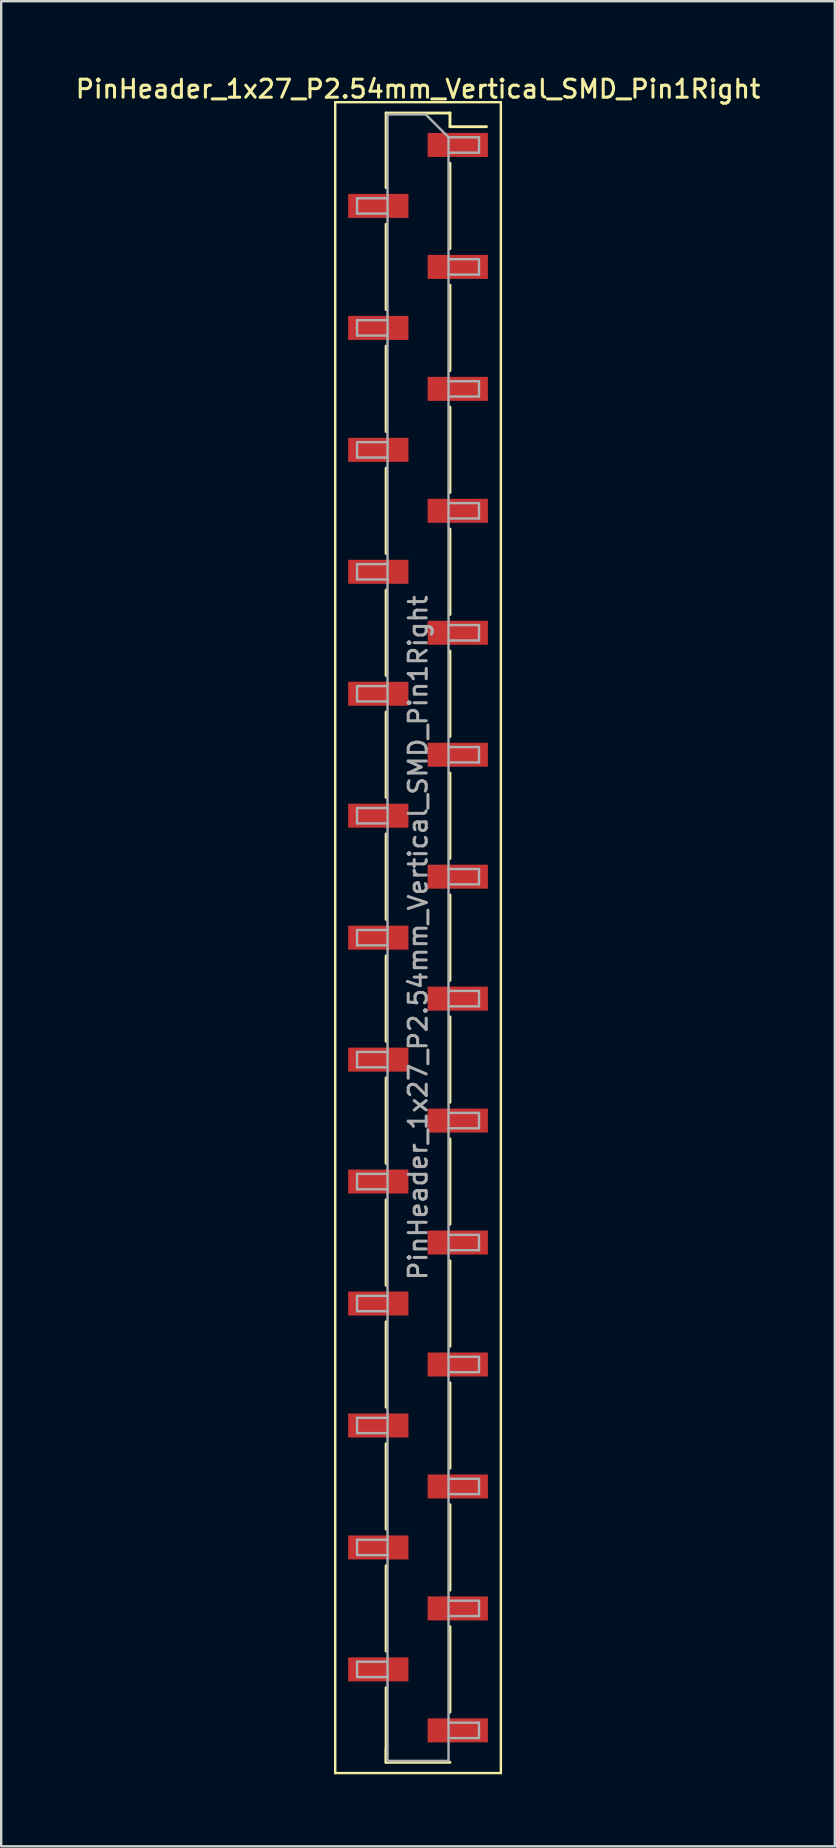
<source format=kicad_pcb>
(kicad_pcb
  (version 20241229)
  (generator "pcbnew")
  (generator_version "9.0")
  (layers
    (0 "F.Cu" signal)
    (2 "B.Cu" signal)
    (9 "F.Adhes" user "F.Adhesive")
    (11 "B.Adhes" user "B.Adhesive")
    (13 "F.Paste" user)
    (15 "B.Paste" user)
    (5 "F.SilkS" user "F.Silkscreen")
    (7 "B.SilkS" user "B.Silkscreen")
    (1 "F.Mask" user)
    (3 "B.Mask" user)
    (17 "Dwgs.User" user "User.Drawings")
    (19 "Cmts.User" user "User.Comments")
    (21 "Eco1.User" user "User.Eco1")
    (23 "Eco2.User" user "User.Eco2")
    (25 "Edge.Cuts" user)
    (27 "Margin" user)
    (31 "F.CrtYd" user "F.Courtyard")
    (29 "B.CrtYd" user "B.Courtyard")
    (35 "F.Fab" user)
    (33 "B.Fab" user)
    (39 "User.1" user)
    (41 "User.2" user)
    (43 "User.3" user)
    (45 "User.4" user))
  (footprint "PinHeader_1x27_P2.54mm_Vertical_SMD_Pin1Right"
    (layer "F.Cu")
    (at 14.363 36.008)
    (property "Reference" "PinHeader_1x27_P2.54mm_Vertical_SMD_Pin1Right" (at 0 -35.35 0) (layer "F.SilkS") (effects (font (size 0.75 0.75) (thickness 0.125))))
    (attr smd)
    (fp_line (start -3.45 -34.8) (end -3.45 34.8) (stroke (width 0.1) (type solid)) (layer "F.SilkS"))
    (fp_line (start -3.45 34.8) (end 3.45 34.8) (stroke (width 0.1) (type solid)) (layer "F.SilkS"))
    (fp_line (start -1.33 -34.35) (end -1.33 -31.24) (stroke (width 0.12) (type solid)) (layer "F.SilkS"))
    (fp_line (start -1.33 -34.35) (end 1.33 -34.35) (stroke (width 0.12) (type solid)) (layer "F.SilkS"))
    (fp_line (start -1.33 -29.72) (end -1.33 -26.16) (stroke (width 0.12) (type solid)) (layer "F.SilkS"))
    (fp_line (start -1.33 -24.64) (end -1.33 -21.08) (stroke (width 0.12) (type solid)) (layer "F.SilkS"))
    (fp_line (start -1.33 -19.56) (end -1.33 -16) (stroke (width 0.12) (type solid)) (layer "F.SilkS"))
    (fp_line (start -1.33 -14.48) (end -1.33 -10.92) (stroke (width 0.12) (type solid)) (layer "F.SilkS"))
    (fp_line (start -1.33 -9.4) (end -1.33 -5.84) (stroke (width 0.12) (type solid)) (layer "F.SilkS"))
    (fp_line (start -1.33 -4.32) (end -1.33 -0.76) (stroke (width 0.12) (type solid)) (layer "F.SilkS"))
    (fp_line (start -1.33 0.76) (end -1.33 4.32) (stroke (width 0.12) (type solid)) (layer "F.SilkS"))
    (fp_line (start -1.33 5.84) (end -1.33 9.4) (stroke (width 0.12) (type solid)) (layer "F.SilkS"))
    (fp_line (start -1.33 10.92) (end -1.33 14.48) (stroke (width 0.12) (type solid)) (layer "F.SilkS"))
    (fp_line (start -1.33 16) (end -1.33 19.56) (stroke (width 0.12) (type solid)) (layer "F.SilkS"))
    (fp_line (start -1.33 21.08) (end -1.33 24.64) (stroke (width 0.12) (type solid)) (layer "F.SilkS"))
    (fp_line (start -1.33 26.16) (end -1.33 29.72) (stroke (width 0.12) (type solid)) (layer "F.SilkS"))
    (fp_line (start -1.33 31.24) (end -1.33 34.35) (stroke (width 0.12) (type solid)) (layer "F.SilkS"))
    (fp_line (start -1.33 33.78) (end -1.33 34.35) (stroke (width 0.12) (type solid)) (layer "F.SilkS"))
    (fp_line (start -1.33 34.35) (end 1.33 34.35) (stroke (width 0.12) (type solid)) (layer "F.SilkS"))
    (fp_line (start 1.33 -34.35) (end 1.33 -33.78) (stroke (width 0.12) (type solid)) (layer "F.SilkS"))
    (fp_line (start 1.33 -33.78) (end 2.85 -33.78) (stroke (width 0.12) (type solid)) (layer "F.SilkS"))
    (fp_line (start 1.33 -32.26) (end 1.33 -28.7) (stroke (width 0.12) (type solid)) (layer "F.SilkS"))
    (fp_line (start 1.33 -27.18) (end 1.33 -23.62) (stroke (width 0.12) (type solid)) (layer "F.SilkS"))
    (fp_line (start 1.33 -22.1) (end 1.33 -18.54) (stroke (width 0.12) (type solid)) (layer "F.SilkS"))
    (fp_line (start 1.33 -17.02) (end 1.33 -13.46) (stroke (width 0.12) (type solid)) (layer "F.SilkS"))
    (fp_line (start 1.33 -11.94) (end 1.33 -8.38) (stroke (width 0.12) (type solid)) (layer "F.SilkS"))
    (fp_line (start 1.33 -6.86) (end 1.33 -3.3) (stroke (width 0.12) (type solid)) (layer "F.SilkS"))
    (fp_line (start 1.33 -1.78) (end 1.33 1.78) (stroke (width 0.12) (type solid)) (layer "F.SilkS"))
    (fp_line (start 1.33 3.3) (end 1.33 6.86) (stroke (width 0.12) (type solid)) (layer "F.SilkS"))
    (fp_line (start 1.33 8.38) (end 1.33 11.94) (stroke (width 0.12) (type solid)) (layer "F.SilkS"))
    (fp_line (start 1.33 13.46) (end 1.33 17.02) (stroke (width 0.12) (type solid)) (layer "F.SilkS"))
    (fp_line (start 1.33 18.54) (end 1.33 22.1) (stroke (width 0.12) (type solid)) (layer "F.SilkS"))
    (fp_line (start 1.33 23.62) (end 1.33 27.18) (stroke (width 0.12) (type solid)) (layer "F.SilkS"))
    (fp_line (start 1.33 28.7) (end 1.33 32.26) (stroke (width 0.12) (type solid)) (layer "F.SilkS"))
    (fp_line (start 3.45 -34.8) (end -3.45 -34.8) (stroke (width 0.1) (type solid)) (layer "F.SilkS"))
    (fp_line (start 3.45 34.8) (end 3.45 -34.8) (stroke (width 0.1) (type solid)) (layer "F.SilkS"))
    (fp_line (start -2.54 -30.8) (end -2.54 -30.16) (stroke (width 0.1) (type solid)) (layer "F.Fab"))
    (fp_line (start -2.54 -30.16) (end -1.27 -30.16) (stroke (width 0.1) (type solid)) (layer "F.Fab"))
    (fp_line (start -2.54 -25.72) (end -2.54 -25.08) (stroke (width 0.1) (type solid)) (layer "F.Fab"))
    (fp_line (start -2.54 -25.08) (end -1.27 -25.08) (stroke (width 0.1) (type solid)) (layer "F.Fab"))
    (fp_line (start -2.54 -20.64) (end -2.54 -20) (stroke (width 0.1) (type solid)) (layer "F.Fab"))
    (fp_line (start -2.54 -20) (end -1.27 -20) (stroke (width 0.1) (type solid)) (layer "F.Fab"))
    (fp_line (start -2.54 -15.56) (end -2.54 -14.92) (stroke (width 0.1) (type solid)) (layer "F.Fab"))
    (fp_line (start -2.54 -14.92) (end -1.27 -14.92) (stroke (width 0.1) (type solid)) (layer "F.Fab"))
    (fp_line (start -2.54 -10.48) (end -2.54 -9.84) (stroke (width 0.1) (type solid)) (layer "F.Fab"))
    (fp_line (start -2.54 -9.84) (end -1.27 -9.84) (stroke (width 0.1) (type solid)) (layer "F.Fab"))
    (fp_line (start -2.54 -5.4) (end -2.54 -4.76) (stroke (width 0.1) (type solid)) (layer "F.Fab"))
    (fp_line (start -2.54 -4.76) (end -1.27 -4.76) (stroke (width 0.1) (type solid)) (layer "F.Fab"))
    (fp_line (start -2.54 -0.32) (end -2.54 0.32) (stroke (width 0.1) (type solid)) (layer "F.Fab"))
    (fp_line (start -2.54 0.32) (end -1.27 0.32) (stroke (width 0.1) (type solid)) (layer "F.Fab"))
    (fp_line (start -2.54 4.76) (end -2.54 5.4) (stroke (width 0.1) (type solid)) (layer "F.Fab"))
    (fp_line (start -2.54 5.4) (end -1.27 5.4) (stroke (width 0.1) (type solid)) (layer "F.Fab"))
    (fp_line (start -2.54 9.84) (end -2.54 10.48) (stroke (width 0.1) (type solid)) (layer "F.Fab"))
    (fp_line (start -2.54 10.48) (end -1.27 10.48) (stroke (width 0.1) (type solid)) (layer "F.Fab"))
    (fp_line (start -2.54 14.92) (end -2.54 15.56) (stroke (width 0.1) (type solid)) (layer "F.Fab"))
    (fp_line (start -2.54 15.56) (end -1.27 15.56) (stroke (width 0.1) (type solid)) (layer "F.Fab"))
    (fp_line (start -2.54 20) (end -2.54 20.64) (stroke (width 0.1) (type solid)) (layer "F.Fab"))
    (fp_line (start -2.54 20.64) (end -1.27 20.64) (stroke (width 0.1) (type solid)) (layer "F.Fab"))
    (fp_line (start -2.54 25.08) (end -2.54 25.72) (stroke (width 0.1) (type solid)) (layer "F.Fab"))
    (fp_line (start -2.54 25.72) (end -1.27 25.72) (stroke (width 0.1) (type solid)) (layer "F.Fab"))
    (fp_line (start -2.54 30.16) (end -2.54 30.8) (stroke (width 0.1) (type solid)) (layer "F.Fab"))
    (fp_line (start -2.54 30.8) (end -1.27 30.8) (stroke (width 0.1) (type solid)) (layer "F.Fab"))
    (fp_line (start -1.27 -34.29) (end -1.27 34.29) (stroke (width 0.1) (type solid)) (layer "F.Fab"))
    (fp_line (start -1.27 -34.29) (end 0.32 -34.29) (stroke (width 0.1) (type solid)) (layer "F.Fab"))
    (fp_line (start -1.27 -30.8) (end -2.54 -30.8) (stroke (width 0.1) (type solid)) (layer "F.Fab"))
    (fp_line (start -1.27 -25.72) (end -2.54 -25.72) (stroke (width 0.1) (type solid)) (layer "F.Fab"))
    (fp_line (start -1.27 -20.64) (end -2.54 -20.64) (stroke (width 0.1) (type solid)) (layer "F.Fab"))
    (fp_line (start -1.27 -15.56) (end -2.54 -15.56) (stroke (width 0.1) (type solid)) (layer "F.Fab"))
    (fp_line (start -1.27 -10.48) (end -2.54 -10.48) (stroke (width 0.1) (type solid)) (layer "F.Fab"))
    (fp_line (start -1.27 -5.4) (end -2.54 -5.4) (stroke (width 0.1) (type solid)) (layer "F.Fab"))
    (fp_line (start -1.27 -0.32) (end -2.54 -0.32) (stroke (width 0.1) (type solid)) (layer "F.Fab"))
    (fp_line (start -1.27 4.76) (end -2.54 4.76) (stroke (width 0.1) (type solid)) (layer "F.Fab"))
    (fp_line (start -1.27 9.84) (end -2.54 9.84) (stroke (width 0.1) (type solid)) (layer "F.Fab"))
    (fp_line (start -1.27 14.92) (end -2.54 14.92) (stroke (width 0.1) (type solid)) (layer "F.Fab"))
    (fp_line (start -1.27 20) (end -2.54 20) (stroke (width 0.1) (type solid)) (layer "F.Fab"))
    (fp_line (start -1.27 25.08) (end -2.54 25.08) (stroke (width 0.1) (type solid)) (layer "F.Fab"))
    (fp_line (start -1.27 30.16) (end -2.54 30.16) (stroke (width 0.1) (type solid)) (layer "F.Fab"))
    (fp_line (start 1.27 -33.34) (end 0.32 -34.29) (stroke (width 0.1) (type solid)) (layer "F.Fab"))
    (fp_line (start 1.27 -33.34) (end 2.54 -33.34) (stroke (width 0.1) (type solid)) (layer "F.Fab"))
    (fp_line (start 1.27 -28.26) (end 2.54 -28.26) (stroke (width 0.1) (type solid)) (layer "F.Fab"))
    (fp_line (start 1.27 -23.18) (end 2.54 -23.18) (stroke (width 0.1) (type solid)) (layer "F.Fab"))
    (fp_line (start 1.27 -18.1) (end 2.54 -18.1) (stroke (width 0.1) (type solid)) (layer "F.Fab"))
    (fp_line (start 1.27 -13.02) (end 2.54 -13.02) (stroke (width 0.1) (type solid)) (layer "F.Fab"))
    (fp_line (start 1.27 -7.94) (end 2.54 -7.94) (stroke (width 0.1) (type solid)) (layer "F.Fab"))
    (fp_line (start 1.27 -2.86) (end 2.54 -2.86) (stroke (width 0.1) (type solid)) (layer "F.Fab"))
    (fp_line (start 1.27 2.22) (end 2.54 2.22) (stroke (width 0.1) (type solid)) (layer "F.Fab"))
    (fp_line (start 1.27 7.3) (end 2.54 7.3) (stroke (width 0.1) (type solid)) (layer "F.Fab"))
    (fp_line (start 1.27 12.38) (end 2.54 12.38) (stroke (width 0.1) (type solid)) (layer "F.Fab"))
    (fp_line (start 1.27 17.46) (end 2.54 17.46) (stroke (width 0.1) (type solid)) (layer "F.Fab"))
    (fp_line (start 1.27 22.54) (end 2.54 22.54) (stroke (width 0.1) (type solid)) (layer "F.Fab"))
    (fp_line (start 1.27 27.62) (end 2.54 27.62) (stroke (width 0.1) (type solid)) (layer "F.Fab"))
    (fp_line (start 1.27 32.7) (end 2.54 32.7) (stroke (width 0.1) (type solid)) (layer "F.Fab"))
    (fp_line (start 1.27 34.29) (end -1.27 34.29) (stroke (width 0.1) (type solid)) (layer "F.Fab"))
    (fp_line (start 1.27 34.29) (end 1.27 -33.34) (stroke (width 0.1) (type solid)) (layer "F.Fab"))
    (fp_line (start 2.54 -33.34) (end 2.54 -32.7) (stroke (width 0.1) (type solid)) (layer "F.Fab"))
    (fp_line (start 2.54 -32.7) (end 1.27 -32.7) (stroke (width 0.1) (type solid)) (layer "F.Fab"))
    (fp_line (start 2.54 -28.26) (end 2.54 -27.62) (stroke (width 0.1) (type solid)) (layer "F.Fab"))
    (fp_line (start 2.54 -27.62) (end 1.27 -27.62) (stroke (width 0.1) (type solid)) (layer "F.Fab"))
    (fp_line (start 2.54 -23.18) (end 2.54 -22.54) (stroke (width 0.1) (type solid)) (layer "F.Fab"))
    (fp_line (start 2.54 -22.54) (end 1.27 -22.54) (stroke (width 0.1) (type solid)) (layer "F.Fab"))
    (fp_line (start 2.54 -18.1) (end 2.54 -17.46) (stroke (width 0.1) (type solid)) (layer "F.Fab"))
    (fp_line (start 2.54 -17.46) (end 1.27 -17.46) (stroke (width 0.1) (type solid)) (layer "F.Fab"))
    (fp_line (start 2.54 -13.02) (end 2.54 -12.38) (stroke (width 0.1) (type solid)) (layer "F.Fab"))
    (fp_line (start 2.54 -12.38) (end 1.27 -12.38) (stroke (width 0.1) (type solid)) (layer "F.Fab"))
    (fp_line (start 2.54 -7.94) (end 2.54 -7.3) (stroke (width 0.1) (type solid)) (layer "F.Fab"))
    (fp_line (start 2.54 -7.3) (end 1.27 -7.3) (stroke (width 0.1) (type solid)) (layer "F.Fab"))
    (fp_line (start 2.54 -2.86) (end 2.54 -2.22) (stroke (width 0.1) (type solid)) (layer "F.Fab"))
    (fp_line (start 2.54 -2.22) (end 1.27 -2.22) (stroke (width 0.1) (type solid)) (layer "F.Fab"))
    (fp_line (start 2.54 2.22) (end 2.54 2.86) (stroke (width 0.1) (type solid)) (layer "F.Fab"))
    (fp_line (start 2.54 2.86) (end 1.27 2.86) (stroke (width 0.1) (type solid)) (layer "F.Fab"))
    (fp_line (start 2.54 7.3) (end 2.54 7.94) (stroke (width 0.1) (type solid)) (layer "F.Fab"))
    (fp_line (start 2.54 7.94) (end 1.27 7.94) (stroke (width 0.1) (type solid)) (layer "F.Fab"))
    (fp_line (start 2.54 12.38) (end 2.54 13.02) (stroke (width 0.1) (type solid)) (layer "F.Fab"))
    (fp_line (start 2.54 13.02) (end 1.27 13.02) (stroke (width 0.1) (type solid)) (layer "F.Fab"))
    (fp_line (start 2.54 17.46) (end 2.54 18.1) (stroke (width 0.1) (type solid)) (layer "F.Fab"))
    (fp_line (start 2.54 18.1) (end 1.27 18.1) (stroke (width 0.1) (type solid)) (layer "F.Fab"))
    (fp_line (start 2.54 22.54) (end 2.54 23.18) (stroke (width 0.1) (type solid)) (layer "F.Fab"))
    (fp_line (start 2.54 23.18) (end 1.27 23.18) (stroke (width 0.1) (type solid)) (layer "F.Fab"))
    (fp_line (start 2.54 27.62) (end 2.54 28.26) (stroke (width 0.1) (type solid)) (layer "F.Fab"))
    (fp_line (start 2.54 28.26) (end 1.27 28.26) (stroke (width 0.1) (type solid)) (layer "F.Fab"))
    (fp_line (start 2.54 32.7) (end 2.54 33.34) (stroke (width 0.1) (type solid)) (layer "F.Fab"))
    (fp_line (start 2.54 33.34) (end 1.27 33.34) (stroke (width 0.1) (type solid)) (layer "F.Fab"))
    (fp_text user "${REFERENCE}" (at 0 0 90) (layer "F.Fab") (effects (font (size 0.75 0.75) (thickness 0.125))))
    (pad "1" smd rect (at 1.655 -33.02) (size 2.51 1) (layers "F.Cu" "F.Mask" "F.Paste"))
    (pad "2" smd rect (at -1.655 -30.48) (size 2.51 1) (layers "F.Cu" "F.Mask" "F.Paste"))
    (pad "3" smd rect (at 1.655 -27.94) (size 2.51 1) (layers "F.Cu" "F.Mask" "F.Paste"))
    (pad "4" smd rect (at -1.655 -25.4) (size 2.51 1) (layers "F.Cu" "F.Mask" "F.Paste"))
    (pad "5" smd rect (at 1.655 -22.86) (size 2.51 1) (layers "F.Cu" "F.Mask" "F.Paste"))
    (pad "6" smd rect (at -1.655 -20.32) (size 2.51 1) (layers "F.Cu" "F.Mask" "F.Paste"))
    (pad "7" smd rect (at 1.655 -17.78) (size 2.51 1) (layers "F.Cu" "F.Mask" "F.Paste"))
    (pad "8" smd rect (at -1.655 -15.24) (size 2.51 1) (layers "F.Cu" "F.Mask" "F.Paste"))
    (pad "9" smd rect (at 1.655 -12.7) (size 2.51 1) (layers "F.Cu" "F.Mask" "F.Paste"))
    (pad "10" smd rect (at -1.655 -10.16) (size 2.51 1) (layers "F.Cu" "F.Mask" "F.Paste"))
    (pad "11" smd rect (at 1.655 -7.62) (size 2.51 1) (layers "F.Cu" "F.Mask" "F.Paste"))
    (pad "12" smd rect (at -1.655 -5.08) (size 2.51 1) (layers "F.Cu" "F.Mask" "F.Paste"))
    (pad "13" smd rect (at 1.655 -2.54) (size 2.51 1) (layers "F.Cu" "F.Mask" "F.Paste"))
    (pad "14" smd rect (at -1.655 0) (size 2.51 1) (layers "F.Cu" "F.Mask" "F.Paste"))
    (pad "15" smd rect (at 1.655 2.54) (size 2.51 1) (layers "F.Cu" "F.Mask" "F.Paste"))
    (pad "16" smd rect (at -1.655 5.08) (size 2.51 1) (layers "F.Cu" "F.Mask" "F.Paste"))
    (pad "17" smd rect (at 1.655 7.62) (size 2.51 1) (layers "F.Cu" "F.Mask" "F.Paste"))
    (pad "18" smd rect (at -1.655 10.16) (size 2.51 1) (layers "F.Cu" "F.Mask" "F.Paste"))
    (pad "19" smd rect (at 1.655 12.7) (size 2.51 1) (layers "F.Cu" "F.Mask" "F.Paste"))
    (pad "20" smd rect (at -1.655 15.24) (size 2.51 1) (layers "F.Cu" "F.Mask" "F.Paste"))
    (pad "21" smd rect (at 1.655 17.78) (size 2.51 1) (layers "F.Cu" "F.Mask" "F.Paste"))
    (pad "22" smd rect (at -1.655 20.32) (size 2.51 1) (layers "F.Cu" "F.Mask" "F.Paste"))
    (pad "23" smd rect (at 1.655 22.86) (size 2.51 1) (layers "F.Cu" "F.Mask" "F.Paste"))
    (pad "24" smd rect (at -1.655 25.4) (size 2.51 1) (layers "F.Cu" "F.Mask" "F.Paste"))
    (pad "25" smd rect (at 1.655 27.94) (size 2.51 1) (layers "F.Cu" "F.Mask" "F.Paste"))
    (pad "26" smd rect (at -1.655 30.48) (size 2.51 1) (layers "F.Cu" "F.Mask" "F.Paste"))
    (pad "27" smd rect (at 1.655 33.02) (size 2.51 1) (layers "F.Cu" "F.Mask" "F.Paste")))
  (gr_rect
    (start -3 -3)
    (end 31.725 73.858)
    (stroke (width 0.1) (type default))
    (fill no)
    (layer "Edge.Cuts")))
</source>
